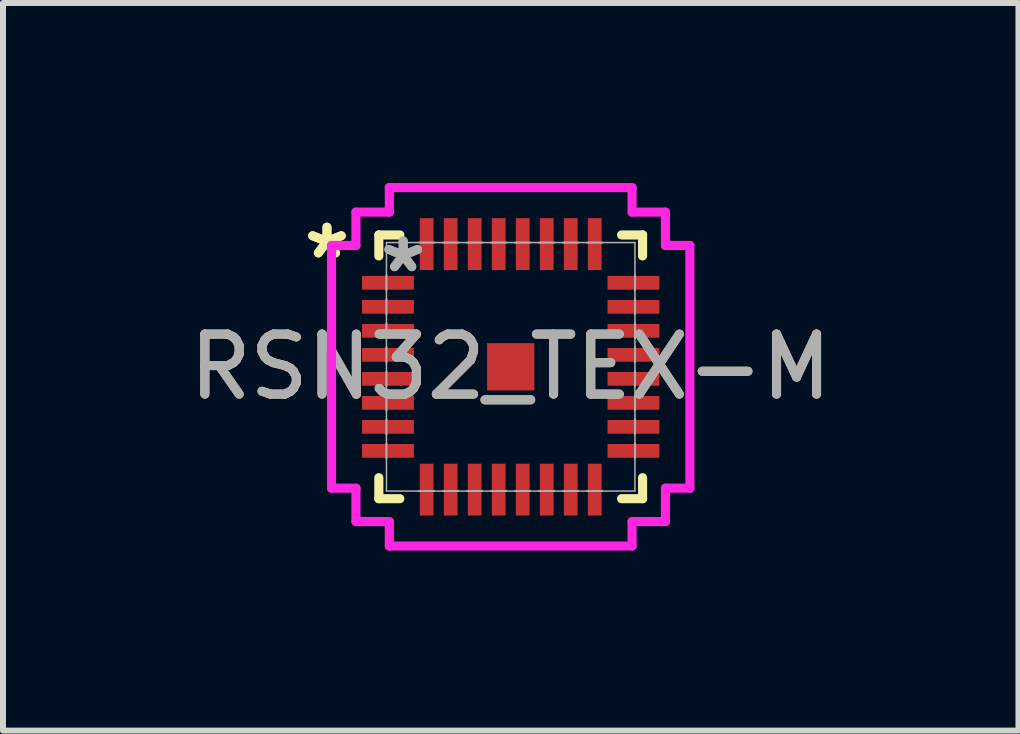
<source format=kicad_pcb>
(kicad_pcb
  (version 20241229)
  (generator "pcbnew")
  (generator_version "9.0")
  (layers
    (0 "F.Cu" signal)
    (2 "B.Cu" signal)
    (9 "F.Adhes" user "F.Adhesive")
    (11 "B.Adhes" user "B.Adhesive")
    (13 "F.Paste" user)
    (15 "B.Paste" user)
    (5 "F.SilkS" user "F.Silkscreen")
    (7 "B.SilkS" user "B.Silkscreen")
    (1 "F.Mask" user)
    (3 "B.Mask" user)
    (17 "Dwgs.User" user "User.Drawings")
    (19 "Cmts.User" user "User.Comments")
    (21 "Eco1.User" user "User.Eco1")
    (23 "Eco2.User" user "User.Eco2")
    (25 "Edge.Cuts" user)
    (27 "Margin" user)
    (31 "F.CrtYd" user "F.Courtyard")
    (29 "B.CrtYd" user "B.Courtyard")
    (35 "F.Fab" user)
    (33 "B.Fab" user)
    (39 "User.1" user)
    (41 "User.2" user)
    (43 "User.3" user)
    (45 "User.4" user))
  (footprint "RSN32_TEX-M"
    (layer "F.Cu")
    (at 5.458 3.061)
    (property "Reference" "RSN32_TEX-M" (at 0 0 0) (unlocked yes) (layer "F.SilkS") (effects (font (size 1 1) (thickness 0.15))))
    (attr smd)
    (fp_line (start -2.197 -2.197) (end -2.197 -1.847) (stroke (width 0.152) (type solid)) (layer "F.SilkS"))
    (fp_line (start -2.197 1.847) (end -2.197 2.197) (stroke (width 0.152) (type solid)) (layer "F.SilkS"))
    (fp_line (start -2.197 2.197) (end -1.847 2.197) (stroke (width 0.152) (type solid)) (layer "F.SilkS"))
    (fp_line (start -1.847 -2.197) (end -2.197 -2.197) (stroke (width 0.152) (type solid)) (layer "F.SilkS"))
    (fp_line (start 1.847 2.197) (end 2.197 2.197) (stroke (width 0.152) (type solid)) (layer "F.SilkS"))
    (fp_line (start 2.197 -2.197) (end 1.847 -2.197) (stroke (width 0.152) (type solid)) (layer "F.SilkS"))
    (fp_line (start 2.197 -1.847) (end 2.197 -2.197) (stroke (width 0.152) (type solid)) (layer "F.SilkS"))
    (fp_line (start 2.197 2.197) (end 2.197 1.847) (stroke (width 0.152) (type solid)) (layer "F.SilkS"))
    (fp_line (start -2.985 -2.022) (end -2.578 -2.022) (stroke (width 0.152) (type solid)) (layer "F.CrtYd"))
    (fp_line (start -2.985 2.022) (end -2.985 -2.022) (stroke (width 0.152) (type solid)) (layer "F.CrtYd"))
    (fp_line (start -2.578 -2.578) (end -2.022 -2.578) (stroke (width 0.152) (type solid)) (layer "F.CrtYd"))
    (fp_line (start -2.578 -2.022) (end -2.578 -2.578) (stroke (width 0.152) (type solid)) (layer "F.CrtYd"))
    (fp_line (start -2.578 2.022) (end -2.985 2.022) (stroke (width 0.152) (type solid)) (layer "F.CrtYd"))
    (fp_line (start -2.578 2.578) (end -2.578 2.022) (stroke (width 0.152) (type solid)) (layer "F.CrtYd"))
    (fp_line (start -2.022 -2.985) (end 2.022 -2.985) (stroke (width 0.152) (type solid)) (layer "F.CrtYd"))
    (fp_line (start -2.022 -2.578) (end -2.022 -2.985) (stroke (width 0.152) (type solid)) (layer "F.CrtYd"))
    (fp_line (start -2.022 2.578) (end -2.578 2.578) (stroke (width 0.152) (type solid)) (layer "F.CrtYd"))
    (fp_line (start -2.022 2.985) (end -2.022 2.578) (stroke (width 0.152) (type solid)) (layer "F.CrtYd"))
    (fp_line (start 2.022 -2.985) (end 2.022 -2.578) (stroke (width 0.152) (type solid)) (layer "F.CrtYd"))
    (fp_line (start 2.022 -2.578) (end 2.578 -2.578) (stroke (width 0.152) (type solid)) (layer "F.CrtYd"))
    (fp_line (start 2.022 2.578) (end 2.022 2.985) (stroke (width 0.152) (type solid)) (layer "F.CrtYd"))
    (fp_line (start 2.022 2.985) (end -2.022 2.985) (stroke (width 0.152) (type solid)) (layer "F.CrtYd"))
    (fp_line (start 2.578 -2.578) (end 2.578 -2.022) (stroke (width 0.152) (type solid)) (layer "F.CrtYd"))
    (fp_line (start 2.578 -2.022) (end 2.985 -2.022) (stroke (width 0.152) (type solid)) (layer "F.CrtYd"))
    (fp_line (start 2.578 2.022) (end 2.578 2.578) (stroke (width 0.152) (type solid)) (layer "F.CrtYd"))
    (fp_line (start 2.578 2.578) (end 2.022 2.578) (stroke (width 0.152) (type solid)) (layer "F.CrtYd"))
    (fp_line (start 2.985 -2.022) (end 2.985 2.022) (stroke (width 0.152) (type solid)) (layer "F.CrtYd"))
    (fp_line (start 2.985 2.022) (end 2.578 2.022) (stroke (width 0.152) (type solid)) (layer "F.CrtYd"))
    (fp_line (start -2.07 -2.07) (end -2.07 2.07) (stroke (width 0.025) (type solid)) (layer "F.Fab"))
    (fp_line (start -2.07 -1.527) (end -2.07 -1.527) (stroke (width 0.025) (type solid)) (layer "F.Fab"))
    (fp_line (start -2.07 -1.527) (end -2.07 -1.273) (stroke (width 0.025) (type solid)) (layer "F.Fab"))
    (fp_line (start -2.07 -1.273) (end -2.07 -1.527) (stroke (width 0.025) (type solid)) (layer "F.Fab"))
    (fp_line (start -2.07 -1.273) (end -2.07 -1.273) (stroke (width 0.025) (type solid)) (layer "F.Fab"))
    (fp_line (start -2.07 -1.127) (end -2.07 -1.127) (stroke (width 0.025) (type solid)) (layer "F.Fab"))
    (fp_line (start -2.07 -1.127) (end -2.07 -0.873) (stroke (width 0.025) (type solid)) (layer "F.Fab"))
    (fp_line (start -2.07 -0.873) (end -2.07 -1.127) (stroke (width 0.025) (type solid)) (layer "F.Fab"))
    (fp_line (start -2.07 -0.873) (end -2.07 -0.873) (stroke (width 0.025) (type solid)) (layer "F.Fab"))
    (fp_line (start -2.07 -0.727) (end -2.07 -0.727) (stroke (width 0.025) (type solid)) (layer "F.Fab"))
    (fp_line (start -2.07 -0.727) (end -2.07 -0.473) (stroke (width 0.025) (type solid)) (layer "F.Fab"))
    (fp_line (start -2.07 -0.473) (end -2.07 -0.727) (stroke (width 0.025) (type solid)) (layer "F.Fab"))
    (fp_line (start -2.07 -0.473) (end -2.07 -0.473) (stroke (width 0.025) (type solid)) (layer "F.Fab"))
    (fp_line (start -2.07 -0.327) (end -2.07 -0.327) (stroke (width 0.025) (type solid)) (layer "F.Fab"))
    (fp_line (start -2.07 -0.327) (end -2.07 -0.073) (stroke (width 0.025) (type solid)) (layer "F.Fab"))
    (fp_line (start -2.07 -0.073) (end -2.07 -0.327) (stroke (width 0.025) (type solid)) (layer "F.Fab"))
    (fp_line (start -2.07 -0.073) (end -2.07 -0.073) (stroke (width 0.025) (type solid)) (layer "F.Fab"))
    (fp_line (start -2.07 0.073) (end -2.07 0.073) (stroke (width 0.025) (type solid)) (layer "F.Fab"))
    (fp_line (start -2.07 0.073) (end -2.07 0.327) (stroke (width 0.025) (type solid)) (layer "F.Fab"))
    (fp_line (start -2.07 0.327) (end -2.07 0.073) (stroke (width 0.025) (type solid)) (layer "F.Fab"))
    (fp_line (start -2.07 0.327) (end -2.07 0.327) (stroke (width 0.025) (type solid)) (layer "F.Fab"))
    (fp_line (start -2.07 0.473) (end -2.07 0.473) (stroke (width 0.025) (type solid)) (layer "F.Fab"))
    (fp_line (start -2.07 0.473) (end -2.07 0.727) (stroke (width 0.025) (type solid)) (layer "F.Fab"))
    (fp_line (start -2.07 0.727) (end -2.07 0.473) (stroke (width 0.025) (type solid)) (layer "F.Fab"))
    (fp_line (start -2.07 0.727) (end -2.07 0.727) (stroke (width 0.025) (type solid)) (layer "F.Fab"))
    (fp_line (start -2.07 0.873) (end -2.07 0.873) (stroke (width 0.025) (type solid)) (layer "F.Fab"))
    (fp_line (start -2.07 0.873) (end -2.07 1.127) (stroke (width 0.025) (type solid)) (layer "F.Fab"))
    (fp_line (start -2.07 1.127) (end -2.07 0.873) (stroke (width 0.025) (type solid)) (layer "F.Fab"))
    (fp_line (start -2.07 1.127) (end -2.07 1.127) (stroke (width 0.025) (type solid)) (layer "F.Fab"))
    (fp_line (start -2.07 1.273) (end -2.07 1.273) (stroke (width 0.025) (type solid)) (layer "F.Fab"))
    (fp_line (start -2.07 1.273) (end -2.07 1.527) (stroke (width 0.025) (type solid)) (layer "F.Fab"))
    (fp_line (start -2.07 1.527) (end -2.07 1.273) (stroke (width 0.025) (type solid)) (layer "F.Fab"))
    (fp_line (start -2.07 1.527) (end -2.07 1.527) (stroke (width 0.025) (type solid)) (layer "F.Fab"))
    (fp_line (start -2.07 2.07) (end 2.07 2.07) (stroke (width 0.025) (type solid)) (layer "F.Fab"))
    (fp_line (start -1.527 -2.07) (end -1.527 -2.07) (stroke (width 0.025) (type solid)) (layer "F.Fab"))
    (fp_line (start -1.527 -2.07) (end -1.273 -2.07) (stroke (width 0.025) (type solid)) (layer "F.Fab"))
    (fp_line (start -1.527 2.07) (end -1.527 2.07) (stroke (width 0.025) (type solid)) (layer "F.Fab"))
    (fp_line (start -1.527 2.07) (end -1.273 2.07) (stroke (width 0.025) (type solid)) (layer "F.Fab"))
    (fp_line (start -1.273 -2.07) (end -1.527 -2.07) (stroke (width 0.025) (type solid)) (layer "F.Fab"))
    (fp_line (start -1.273 -2.07) (end -1.273 -2.07) (stroke (width 0.025) (type solid)) (layer "F.Fab"))
    (fp_line (start -1.273 2.07) (end -1.527 2.07) (stroke (width 0.025) (type solid)) (layer "F.Fab"))
    (fp_line (start -1.273 2.07) (end -1.273 2.07) (stroke (width 0.025) (type solid)) (layer "F.Fab"))
    (fp_line (start -1.127 -2.07) (end -1.127 -2.07) (stroke (width 0.025) (type solid)) (layer "F.Fab"))
    (fp_line (start -1.127 -2.07) (end -0.873 -2.07) (stroke (width 0.025) (type solid)) (layer "F.Fab"))
    (fp_line (start -1.127 2.07) (end -1.127 2.07) (stroke (width 0.025) (type solid)) (layer "F.Fab"))
    (fp_line (start -1.127 2.07) (end -0.873 2.07) (stroke (width 0.025) (type solid)) (layer "F.Fab"))
    (fp_line (start -0.873 -2.07) (end -1.127 -2.07) (stroke (width 0.025) (type solid)) (layer "F.Fab"))
    (fp_line (start -0.873 -2.07) (end -0.873 -2.07) (stroke (width 0.025) (type solid)) (layer "F.Fab"))
    (fp_line (start -0.873 2.07) (end -1.127 2.07) (stroke (width 0.025) (type solid)) (layer "F.Fab"))
    (fp_line (start -0.873 2.07) (end -0.873 2.07) (stroke (width 0.025) (type solid)) (layer "F.Fab"))
    (fp_line (start -0.727 -2.07) (end -0.727 -2.07) (stroke (width 0.025) (type solid)) (layer "F.Fab"))
    (fp_line (start -0.727 -2.07) (end -0.473 -2.07) (stroke (width 0.025) (type solid)) (layer "F.Fab"))
    (fp_line (start -0.727 2.07) (end -0.727 2.07) (stroke (width 0.025) (type solid)) (layer "F.Fab"))
    (fp_line (start -0.727 2.07) (end -0.473 2.07) (stroke (width 0.025) (type solid)) (layer "F.Fab"))
    (fp_line (start -0.473 -2.07) (end -0.727 -2.07) (stroke (width 0.025) (type solid)) (layer "F.Fab"))
    (fp_line (start -0.473 -2.07) (end -0.473 -2.07) (stroke (width 0.025) (type solid)) (layer "F.Fab"))
    (fp_line (start -0.473 2.07) (end -0.727 2.07) (stroke (width 0.025) (type solid)) (layer "F.Fab"))
    (fp_line (start -0.473 2.07) (end -0.473 2.07) (stroke (width 0.025) (type solid)) (layer "F.Fab"))
    (fp_line (start -0.327 -2.07) (end -0.327 -2.07) (stroke (width 0.025) (type solid)) (layer "F.Fab"))
    (fp_line (start -0.327 -2.07) (end -0.073 -2.07) (stroke (width 0.025) (type solid)) (layer "F.Fab"))
    (fp_line (start -0.327 2.07) (end -0.327 2.07) (stroke (width 0.025) (type solid)) (layer "F.Fab"))
    (fp_line (start -0.327 2.07) (end -0.073 2.07) (stroke (width 0.025) (type solid)) (layer "F.Fab"))
    (fp_line (start -0.073 -2.07) (end -0.327 -2.07) (stroke (width 0.025) (type solid)) (layer "F.Fab"))
    (fp_line (start -0.073 -2.07) (end -0.073 -2.07) (stroke (width 0.025) (type solid)) (layer "F.Fab"))
    (fp_line (start -0.073 2.07) (end -0.327 2.07) (stroke (width 0.025) (type solid)) (layer "F.Fab"))
    (fp_line (start -0.073 2.07) (end -0.073 2.07) (stroke (width 0.025) (type solid)) (layer "F.Fab"))
    (fp_line (start 0.073 -2.07) (end 0.073 -2.07) (stroke (width 0.025) (type solid)) (layer "F.Fab"))
    (fp_line (start 0.073 -2.07) (end 0.327 -2.07) (stroke (width 0.025) (type solid)) (layer "F.Fab"))
    (fp_line (start 0.073 2.07) (end 0.073 2.07) (stroke (width 0.025) (type solid)) (layer "F.Fab"))
    (fp_line (start 0.073 2.07) (end 0.327 2.07) (stroke (width 0.025) (type solid)) (layer "F.Fab"))
    (fp_line (start 0.327 -2.07) (end 0.073 -2.07) (stroke (width 0.025) (type solid)) (layer "F.Fab"))
    (fp_line (start 0.327 -2.07) (end 0.327 -2.07) (stroke (width 0.025) (type solid)) (layer "F.Fab"))
    (fp_line (start 0.327 2.07) (end 0.073 2.07) (stroke (width 0.025) (type solid)) (layer "F.Fab"))
    (fp_line (start 0.327 2.07) (end 0.327 2.07) (stroke (width 0.025) (type solid)) (layer "F.Fab"))
    (fp_line (start 0.473 -2.07) (end 0.473 -2.07) (stroke (width 0.025) (type solid)) (layer "F.Fab"))
    (fp_line (start 0.473 -2.07) (end 0.727 -2.07) (stroke (width 0.025) (type solid)) (layer "F.Fab"))
    (fp_line (start 0.473 2.07) (end 0.473 2.07) (stroke (width 0.025) (type solid)) (layer "F.Fab"))
    (fp_line (start 0.473 2.07) (end 0.727 2.07) (stroke (width 0.025) (type solid)) (layer "F.Fab"))
    (fp_line (start 0.727 -2.07) (end 0.473 -2.07) (stroke (width 0.025) (type solid)) (layer "F.Fab"))
    (fp_line (start 0.727 -2.07) (end 0.727 -2.07) (stroke (width 0.025) (type solid)) (layer "F.Fab"))
    (fp_line (start 0.727 2.07) (end 0.473 2.07) (stroke (width 0.025) (type solid)) (layer "F.Fab"))
    (fp_line (start 0.727 2.07) (end 0.727 2.07) (stroke (width 0.025) (type solid)) (layer "F.Fab"))
    (fp_line (start 0.873 -2.07) (end 0.873 -2.07) (stroke (width 0.025) (type solid)) (layer "F.Fab"))
    (fp_line (start 0.873 -2.07) (end 1.127 -2.07) (stroke (width 0.025) (type solid)) (layer "F.Fab"))
    (fp_line (start 0.873 2.07) (end 0.873 2.07) (stroke (width 0.025) (type solid)) (layer "F.Fab"))
    (fp_line (start 0.873 2.07) (end 1.127 2.07) (stroke (width 0.025) (type solid)) (layer "F.Fab"))
    (fp_line (start 1.127 -2.07) (end 0.873 -2.07) (stroke (width 0.025) (type solid)) (layer "F.Fab"))
    (fp_line (start 1.127 -2.07) (end 1.127 -2.07) (stroke (width 0.025) (type solid)) (layer "F.Fab"))
    (fp_line (start 1.127 2.07) (end 0.873 2.07) (stroke (width 0.025) (type solid)) (layer "F.Fab"))
    (fp_line (start 1.127 2.07) (end 1.127 2.07) (stroke (width 0.025) (type solid)) (layer "F.Fab"))
    (fp_line (start 1.273 -2.07) (end 1.273 -2.07) (stroke (width 0.025) (type solid)) (layer "F.Fab"))
    (fp_line (start 1.273 -2.07) (end 1.527 -2.07) (stroke (width 0.025) (type solid)) (layer "F.Fab"))
    (fp_line (start 1.273 2.07) (end 1.273 2.07) (stroke (width 0.025) (type solid)) (layer "F.Fab"))
    (fp_line (start 1.273 2.07) (end 1.527 2.07) (stroke (width 0.025) (type solid)) (layer "F.Fab"))
    (fp_line (start 1.527 -2.07) (end 1.273 -2.07) (stroke (width 0.025) (type solid)) (layer "F.Fab"))
    (fp_line (start 1.527 -2.07) (end 1.527 -2.07) (stroke (width 0.025) (type solid)) (layer "F.Fab"))
    (fp_line (start 1.527 2.07) (end 1.273 2.07) (stroke (width 0.025) (type solid)) (layer "F.Fab"))
    (fp_line (start 1.527 2.07) (end 1.527 2.07) (stroke (width 0.025) (type solid)) (layer "F.Fab"))
    (fp_line (start 2.07 -2.07) (end -2.07 -2.07) (stroke (width 0.025) (type solid)) (layer "F.Fab"))
    (fp_line (start 2.07 -1.527) (end 2.07 -1.527) (stroke (width 0.025) (type solid)) (layer "F.Fab"))
    (fp_line (start 2.07 -1.527) (end 2.07 -1.273) (stroke (width 0.025) (type solid)) (layer "F.Fab"))
    (fp_line (start 2.07 -1.273) (end 2.07 -1.527) (stroke (width 0.025) (type solid)) (layer "F.Fab"))
    (fp_line (start 2.07 -1.273) (end 2.07 -1.273) (stroke (width 0.025) (type solid)) (layer "F.Fab"))
    (fp_line (start 2.07 -1.127) (end 2.07 -1.127) (stroke (width 0.025) (type solid)) (layer "F.Fab"))
    (fp_line (start 2.07 -1.127) (end 2.07 -0.873) (stroke (width 0.025) (type solid)) (layer "F.Fab"))
    (fp_line (start 2.07 -0.873) (end 2.07 -1.127) (stroke (width 0.025) (type solid)) (layer "F.Fab"))
    (fp_line (start 2.07 -0.873) (end 2.07 -0.873) (stroke (width 0.025) (type solid)) (layer "F.Fab"))
    (fp_line (start 2.07 -0.727) (end 2.07 -0.727) (stroke (width 0.025) (type solid)) (layer "F.Fab"))
    (fp_line (start 2.07 -0.727) (end 2.07 -0.473) (stroke (width 0.025) (type solid)) (layer "F.Fab"))
    (fp_line (start 2.07 -0.473) (end 2.07 -0.727) (stroke (width 0.025) (type solid)) (layer "F.Fab"))
    (fp_line (start 2.07 -0.473) (end 2.07 -0.473) (stroke (width 0.025) (type solid)) (layer "F.Fab"))
    (fp_line (start 2.07 -0.327) (end 2.07 -0.327) (stroke (width 0.025) (type solid)) (layer "F.Fab"))
    (fp_line (start 2.07 -0.327) (end 2.07 -0.073) (stroke (width 0.025) (type solid)) (layer "F.Fab"))
    (fp_line (start 2.07 -0.073) (end 2.07 -0.327) (stroke (width 0.025) (type solid)) (layer "F.Fab"))
    (fp_line (start 2.07 -0.073) (end 2.07 -0.073) (stroke (width 0.025) (type solid)) (layer "F.Fab"))
    (fp_line (start 2.07 0.073) (end 2.07 0.073) (stroke (width 0.025) (type solid)) (layer "F.Fab"))
    (fp_line (start 2.07 0.073) (end 2.07 0.327) (stroke (width 0.025) (type solid)) (layer "F.Fab"))
    (fp_line (start 2.07 0.327) (end 2.07 0.073) (stroke (width 0.025) (type solid)) (layer "F.Fab"))
    (fp_line (start 2.07 0.327) (end 2.07 0.327) (stroke (width 0.025) (type solid)) (layer "F.Fab"))
    (fp_line (start 2.07 0.473) (end 2.07 0.473) (stroke (width 0.025) (type solid)) (layer "F.Fab"))
    (fp_line (start 2.07 0.473) (end 2.07 0.727) (stroke (width 0.025) (type solid)) (layer "F.Fab"))
    (fp_line (start 2.07 0.727) (end 2.07 0.473) (stroke (width 0.025) (type solid)) (layer "F.Fab"))
    (fp_line (start 2.07 0.727) (end 2.07 0.727) (stroke (width 0.025) (type solid)) (layer "F.Fab"))
    (fp_line (start 2.07 0.873) (end 2.07 0.873) (stroke (width 0.025) (type solid)) (layer "F.Fab"))
    (fp_line (start 2.07 0.873) (end 2.07 1.127) (stroke (width 0.025) (type solid)) (layer "F.Fab"))
    (fp_line (start 2.07 1.127) (end 2.07 0.873) (stroke (width 0.025) (type solid)) (layer "F.Fab"))
    (fp_line (start 2.07 1.127) (end 2.07 1.127) (stroke (width 0.025) (type solid)) (layer "F.Fab"))
    (fp_line (start 2.07 1.273) (end 2.07 1.273) (stroke (width 0.025) (type solid)) (layer "F.Fab"))
    (fp_line (start 2.07 1.273) (end 2.07 1.527) (stroke (width 0.025) (type solid)) (layer "F.Fab"))
    (fp_line (start 2.07 1.527) (end 2.07 1.273) (stroke (width 0.025) (type solid)) (layer "F.Fab"))
    (fp_line (start 2.07 1.527) (end 2.07 1.527) (stroke (width 0.025) (type solid)) (layer "F.Fab"))
    (fp_line (start 2.07 2.07) (end 2.07 -2.07) (stroke (width 0.025) (type solid)) (layer "F.Fab"))
    (fp_text user "*" (at -3.061 -1.781 0) (unlocked yes) (layer "F.SilkS") (effects (font (size 1 1) (thickness 0.15))))
    (fp_text user "*" (at -3.061 -1.781 0) (layer "F.SilkS") (effects (font (size 1 1) (thickness 0.15))))
    (fp_text user "*" (at -1.791 -1.552 0) (layer "F.Fab") (effects (font (size 1 1) (thickness 0.15))))
    (fp_text user "${REFERENCE}" (at 0 0 0) (unlocked yes) (layer "F.Fab") (effects (font (size 1 1) (thickness 0.15))))
    (fp_text user "*" (at -1.791 -1.552 0) (unlocked yes) (layer "F.Fab") (effects (font (size 1 1) (thickness 0.15))))
    (pad "1" smd rect (at 1.4 -2.045) (size 0.229 0.864) (layers "F.Cu" "F.Mask" "F.Paste"))
    (pad "2" smd rect (at 1 -2.045) (size 0.229 0.864) (layers "F.Cu" "F.Mask" "F.Paste"))
    (pad "3" smd rect (at 0.6 -2.045) (size 0.229 0.864) (layers "F.Cu" "F.Mask" "F.Paste"))
    (pad "4" smd rect (at 0.2 -2.045) (size 0.229 0.864) (layers "F.Cu" "F.Mask" "F.Paste"))
    (pad "5" smd rect (at -0.2 -2.045) (size 0.229 0.864) (layers "F.Cu" "F.Mask" "F.Paste"))
    (pad "6" smd rect (at -0.6 -2.045) (size 0.229 0.864) (layers "F.Cu" "F.Mask" "F.Paste"))
    (pad "7" smd rect (at -1 -2.045) (size 0.229 0.864) (layers "F.Cu" "F.Mask" "F.Paste"))
    (pad "8" smd rect (at -1.4 -2.045) (size 0.229 0.864) (layers "F.Cu" "F.Mask" "F.Paste"))
    (pad "9" smd rect (at -2.045 -1.4 90) (size 0.229 0.864) (layers "F.Cu" "F.Mask" "F.Paste"))
    (pad "10" smd rect (at -2.045 -1 90) (size 0.229 0.864) (layers "F.Cu" "F.Mask" "F.Paste"))
    (pad "11" smd rect (at -2.045 -0.6 90) (size 0.229 0.864) (layers "F.Cu" "F.Mask" "F.Paste"))
    (pad "12" smd rect (at -2.045 -0.2 90) (size 0.229 0.864) (layers "F.Cu" "F.Mask" "F.Paste"))
    (pad "13" smd rect (at -2.045 0.2 90) (size 0.229 0.864) (layers "F.Cu" "F.Mask" "F.Paste"))
    (pad "14" smd rect (at -2.045 0.6 90) (size 0.229 0.864) (layers "F.Cu" "F.Mask" "F.Paste"))
    (pad "15" smd rect (at -2.045 1 90) (size 0.229 0.864) (layers "F.Cu" "F.Mask" "F.Paste"))
    (pad "16" smd rect (at -2.045 1.4 90) (size 0.229 0.864) (layers "F.Cu" "F.Mask" "F.Paste"))
    (pad "17" smd rect (at -1.4 2.045) (size 0.229 0.864) (layers "F.Cu" "F.Mask" "F.Paste"))
    (pad "18" smd rect (at -1 2.045) (size 0.229 0.864) (layers "F.Cu" "F.Mask" "F.Paste"))
    (pad "19" smd rect (at -0.6 2.045) (size 0.229 0.864) (layers "F.Cu" "F.Mask" "F.Paste"))
    (pad "20" smd rect (at -0.2 2.045) (size 0.229 0.864) (layers "F.Cu" "F.Mask" "F.Paste"))
    (pad "21" smd rect (at 0.2 2.045) (size 0.229 0.864) (layers "F.Cu" "F.Mask" "F.Paste"))
    (pad "22" smd rect (at 0.6 2.045) (size 0.229 0.864) (layers "F.Cu" "F.Mask" "F.Paste"))
    (pad "23" smd rect (at 1 2.045) (size 0.229 0.864) (layers "F.Cu" "F.Mask" "F.Paste"))
    (pad "24" smd rect (at 1.4 2.045) (size 0.229 0.864) (layers "F.Cu" "F.Mask" "F.Paste"))
    (pad "25" smd rect (at 2.045 1.4 90) (size 0.229 0.864) (layers "F.Cu" "F.Mask" "F.Paste"))
    (pad "26" smd rect (at 2.045 1 90) (size 0.229 0.864) (layers "F.Cu" "F.Mask" "F.Paste"))
    (pad "27" smd rect (at 2.045 0.6 90) (size 0.229 0.864) (layers "F.Cu" "F.Mask" "F.Paste"))
    (pad "28" smd rect (at 2.045 0.2 90) (size 0.229 0.864) (layers "F.Cu" "F.Mask" "F.Paste"))
    (pad "29" smd rect (at 2.045 -0.2 90) (size 0.229 0.864) (layers "F.Cu" "F.Mask" "F.Paste"))
    (pad "30" smd rect (at 2.045 -0.6 90) (size 0.229 0.864) (layers "F.Cu" "F.Mask" "F.Paste"))
    (pad "31" smd rect (at 2.045 -1 90) (size 0.229 0.864) (layers "F.Cu" "F.Mask" "F.Paste"))
    (pad "32" smd rect (at 2.045 -1.4 90) (size 0.229 0.864) (layers "F.Cu" "F.Mask" "F.Paste"))
    (pad "HTAB" smd rect (at 0 0) (size 0.787 0.787) (layers "F.Cu" "F.Mask" "F.Paste")))
  (gr_rect
    (start -3 -3)
    (end 13.917 9.121)
    (stroke (width 0.1) (type default))
    (fill no)
    (layer "Edge.Cuts")))
</source>
